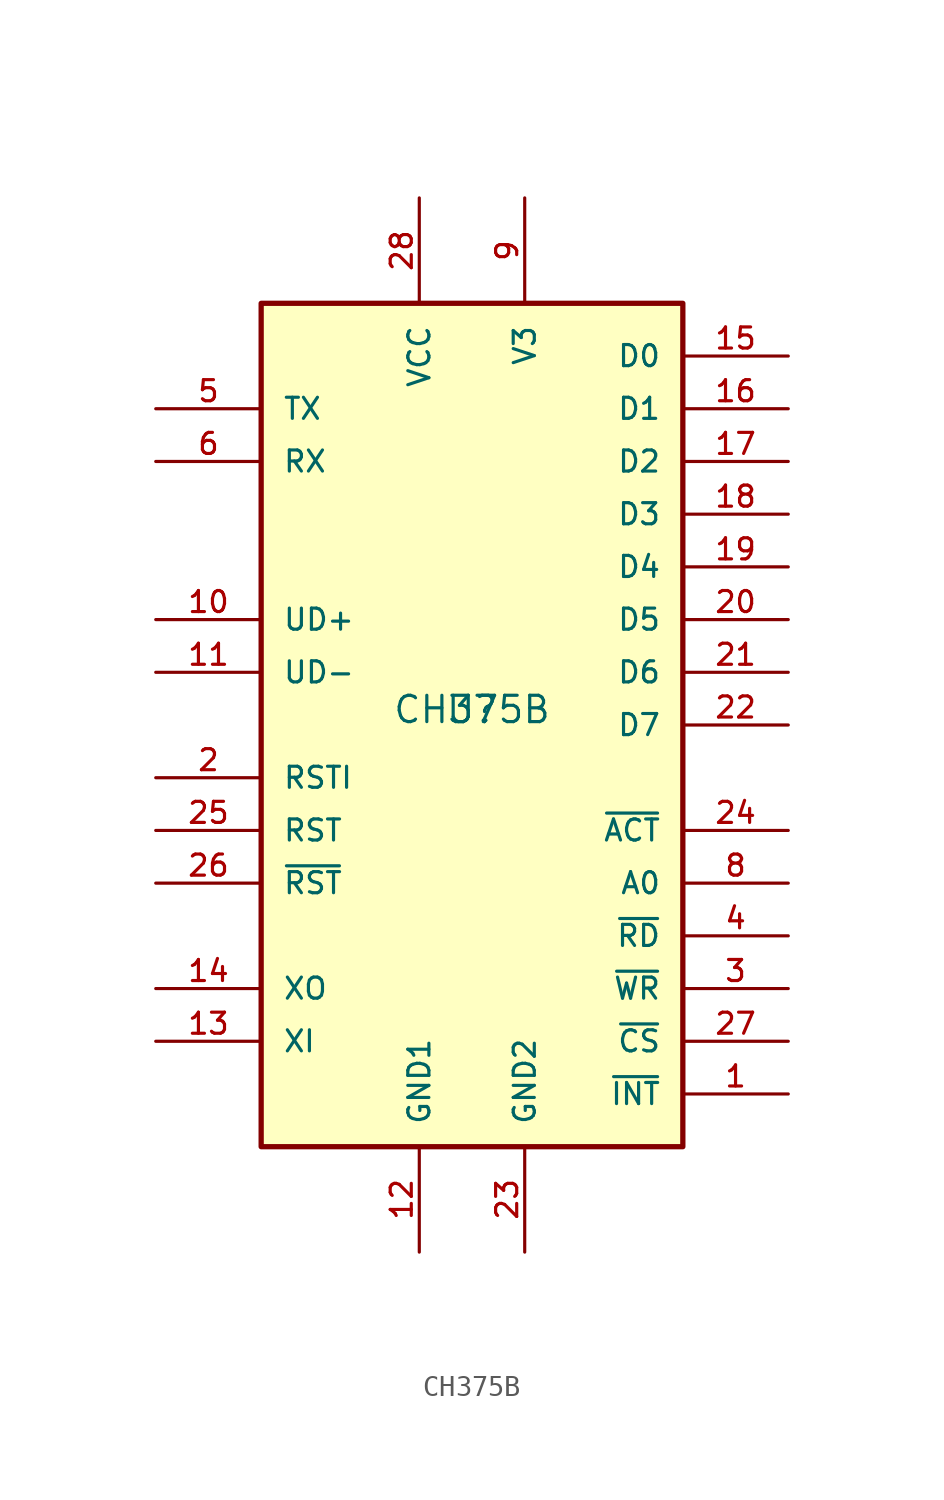
<source format=kicad_sym>
(kicad_symbol_lib
  (version 20211014)
  (generator kicad_symbol_editor)
  (symbol "CH375B"
    (pin_names
      (offset 1.016))
    (property "Reference" "U"
      (at 0 0 0)
      (effects (font (size 1.27 1.27)) (justify bottom)))
    (property "Value" "CH375B"
      (at 0 0.0 0)
      (effects (font (size 1.27 1.27)) (justify bottom)))
    (symbol "CH375B_0_0"
      (rectangle (start -10.16 -20.32) (end 10.16 20.32) (stroke (width 0.254)) (fill (type background)))
      (pin bidirectional line (at 15.24 17.78 180.0) (length 5.08) (name "D0" (effects (font (size 1.016 1.016)))) (number "15" (effects (font (size 1.016 1.016)))))
      (pin bidirectional line (at 15.24 15.24 180.0) (length 5.08) (name "D1" (effects (font (size 1.016 1.016)))) (number "16" (effects (font (size 1.016 1.016)))))
      (pin bidirectional line (at 15.24 12.7 180.0) (length 5.08) (name "D2" (effects (font (size 1.016 1.016)))) (number "17" (effects (font (size 1.016 1.016)))))
      (pin bidirectional line (at 15.24 10.16 180.0) (length 5.08) (name "D3" (effects (font (size 1.016 1.016)))) (number "18" (effects (font (size 1.016 1.016)))))
      (pin bidirectional line (at 15.24 7.62 180.0) (length 5.08) (name "D4" (effects (font (size 1.016 1.016)))) (number "19" (effects (font (size 1.016 1.016)))))
      (pin bidirectional line (at 15.24 5.08 180.0) (length 5.08) (name "D5" (effects (font (size 1.016 1.016)))) (number "20" (effects (font (size 1.016 1.016)))))
      (pin bidirectional line (at 15.24 2.54 180.0) (length 5.08) (name "D6" (effects (font (size 1.016 1.016)))) (number "21" (effects (font (size 1.016 1.016)))))
      (pin bidirectional line (at 15.24 0.0 180.0) (length 5.08) (name "D7" (effects (font (size 1.016 1.016)))) (number "22" (effects (font (size 1.016 1.016)))))
      (pin bidirectional line (at 15.24 -7.62 180.0) (length 5.08) (name "A0" (effects (font (size 1.016 1.016)))) (number "8" (effects (font (size 1.016 1.016)))))
      (pin bidirectional line (at 15.24 -10.16 180.0) (length 5.08) (name "~{RD}" (effects (font (size 1.016 1.016)))) (number "4" (effects (font (size 1.016 1.016)))))
      (pin bidirectional line (at 15.24 -12.7 180.0) (length 5.08) (name "~{WR}" (effects (font (size 1.016 1.016)))) (number "3" (effects (font (size 1.016 1.016)))))
      (pin bidirectional line (at 15.24 -15.24 180.0) (length 5.08) (name "~{CS}" (effects (font (size 1.016 1.016)))) (number "27" (effects (font (size 1.016 1.016)))))
      (pin bidirectional line (at 15.24 -17.78 180.0) (length 5.08) (name "~{INT}" (effects (font (size 1.016 1.016)))) (number "1" (effects (font (size 1.016 1.016)))))
      (pin bidirectional line (at -2.54 25.4 270.0) (length 5.08) (name "VCC" (effects (font (size 1.016 1.016)))) (number "28" (effects (font (size 1.016 1.016)))))
      (pin bidirectional line (at 2.54 25.4 270.0) (length 5.08) (name "V3" (effects (font (size 1.016 1.016)))) (number "9" (effects (font (size 1.016 1.016)))))
      (pin bidirectional line (at -2.54 -25.4 90.0) (length 5.08) (name "GND1" (effects (font (size 1.016 1.016)))) (number "12" (effects (font (size 1.016 1.016)))))
      (pin bidirectional line (at 2.54 -25.4 90.0) (length 5.08) (name "GND2" (effects (font (size 1.016 1.016)))) (number "23" (effects (font (size 1.016 1.016)))))
      (pin bidirectional line (at -15.24 15.24 0) (length 5.08) (name "TX" (effects (font (size 1.016 1.016)))) (number "5" (effects (font (size 1.016 1.016)))))
      (pin bidirectional line (at -15.24 12.7 0) (length 5.08) (name "RX" (effects (font (size 1.016 1.016)))) (number "6" (effects (font (size 1.016 1.016)))))
      (pin bidirectional line (at -15.24 5.08 0) (length 5.08) (name "UD+" (effects (font (size 1.016 1.016)))) (number "10" (effects (font (size 1.016 1.016)))))
      (pin bidirectional line (at -15.24 2.54 0) (length 5.08) (name "UD-" (effects (font (size 1.016 1.016)))) (number "11" (effects (font (size 1.016 1.016)))))
      (pin bidirectional line (at -15.24 -2.54 0) (length 5.08) (name "RSTI" (effects (font (size 1.016 1.016)))) (number "2" (effects (font (size 1.016 1.016)))))
      (pin bidirectional line (at -15.24 -5.08 0) (length 5.08) (name "RST" (effects (font (size 1.016 1.016)))) (number "25" (effects (font (size 1.016 1.016)))))
      (pin bidirectional line (at -15.24 -7.62 0) (length 5.08) (name "~{RST}" (effects (font (size 1.016 1.016)))) (number "26" (effects (font (size 1.016 1.016)))))
      (pin bidirectional line (at -15.24 -12.7 0) (length 5.08) (name "XO" (effects (font (size 1.016 1.016)))) (number "14" (effects (font (size 1.016 1.016)))))
      (pin bidirectional line (at -15.24 -15.24 0) (length 5.08) (name "XI" (effects (font (size 1.016 1.016)))) (number "13" (effects (font (size 1.016 1.016)))))
      (pin bidirectional line (at 15.24 -5.08 180.0) (length 5.08) (name "~{ACT}" (effects (font (size 1.016 1.016)))) (number "24" (effects (font (size 1.016 1.016))))))))
</source>
